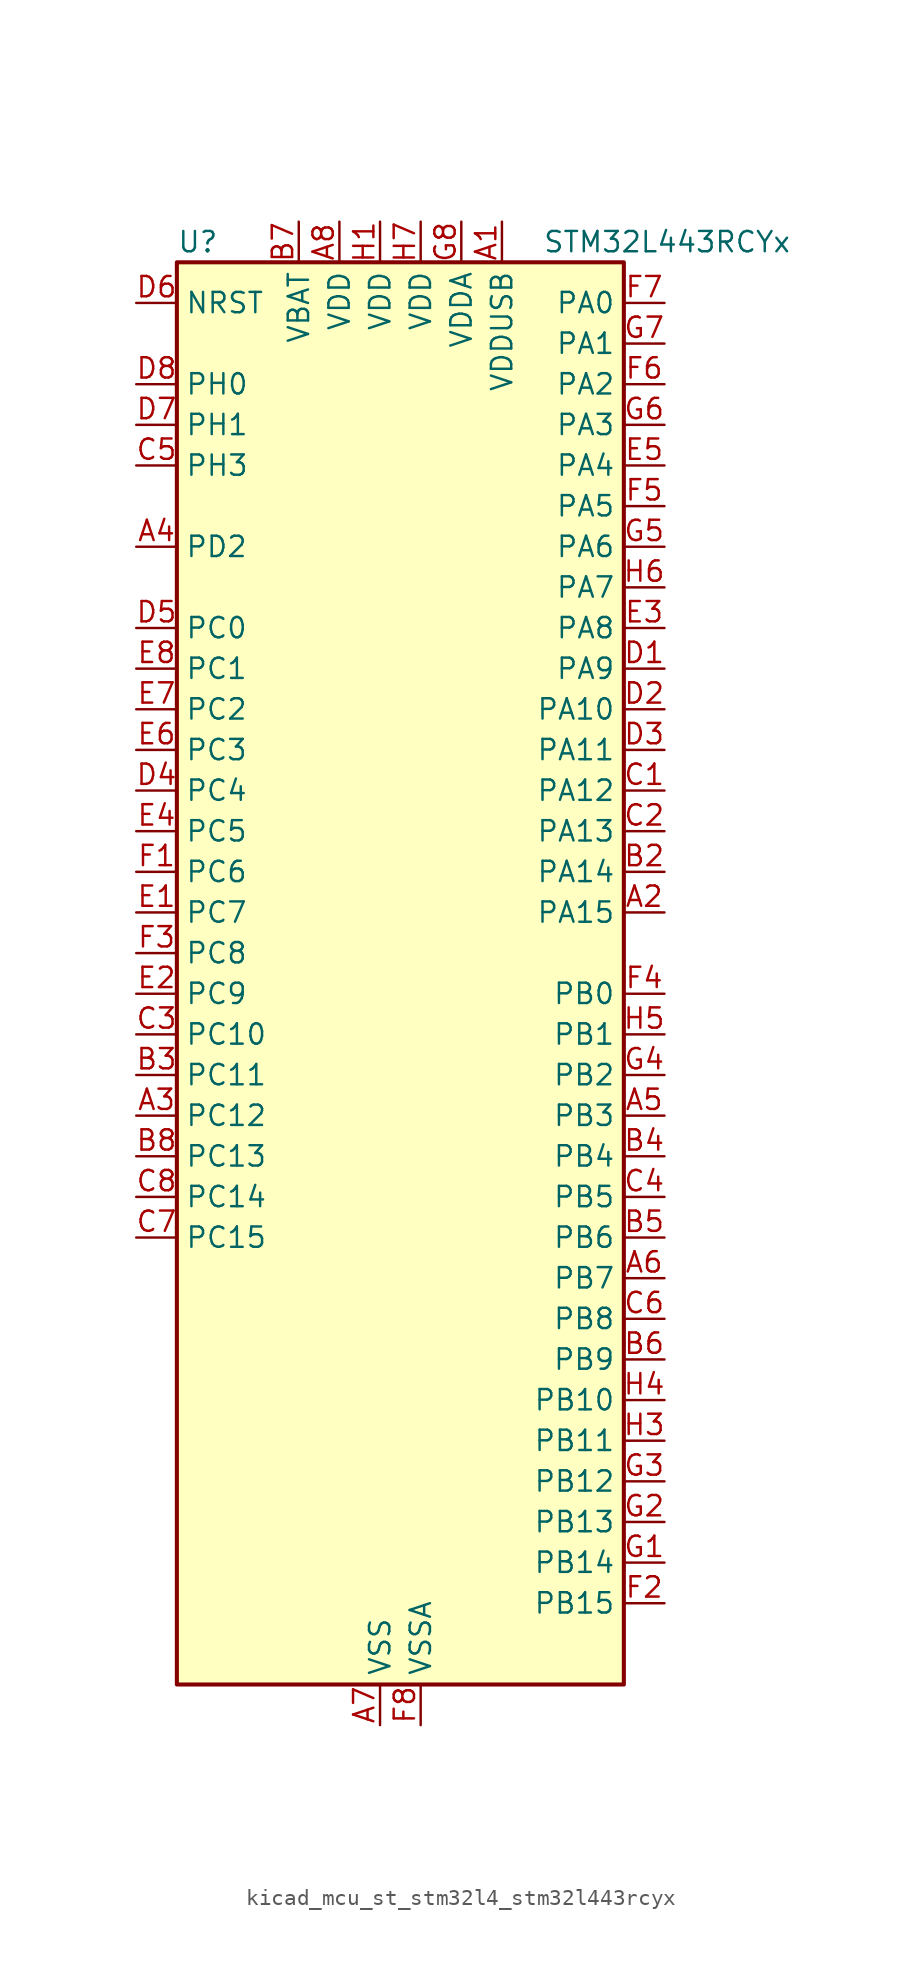
<source format=kicad_sym>
(kicad_symbol_lib
  (version 20220914)
  (generator kicad_symbol_editor)
  (symbol "kicad_mcu_st_stm32l4_stm32l443rcyx"
    (property "Reference" "U"
      (at -12.7 46.99 0)
      (effects (font (size 1.27 1.27)) (justify left)))
    (property "Value" "STM32L443RCYx"
      (at 10.16 46.99 0)
      (effects (font (size 1.27 1.27)) (justify left)))
    (property "ki_locked" ""
      (at 0 0 0)
      (effects (font (size 1.27 1.27))))
    (symbol "kicad_mcu_st_stm32l4_stm32l443rcyx_0_1"
      (rectangle (start -12.7 -43.18) (end 15.24 45.72) (stroke (width 0.254) (type default)) (fill (type background))))
    (symbol "kicad_mcu_st_stm32l4_stm32l443rcyx_1_1"
      (pin power_in line (at 7.62 48.26 270) (length 2.54) (name "VDDUSB" (effects (font (size 1.27 1.27)))) (number "A1" (effects (font (size 1.27 1.27)))))
      (pin bidirectional line (at 17.78 5.08 180) (length 2.54) (name "PA15" (effects (font (size 1.27 1.27)))) (number "A2" (effects (font (size 1.27 1.27)))) (alternate "ADC1_EXTI15" bidirectional line) (alternate "LCD_SEG17" bidirectional line) (alternate "SPI1_NSS" bidirectional line) (alternate "SPI3_NSS" bidirectional line) (alternate "SWPMI1_SUSPEND" bidirectional line) (alternate "SYS_JTDI" bidirectional line) (alternate "TIM2_CH1" bidirectional line) (alternate "TIM2_ETR" bidirectional line) (alternate "TSC_G3_IO1" bidirectional line) (alternate "USART2_RX" bidirectional line) (alternate "USART3_DE" bidirectional line) (alternate "USART3_RTS" bidirectional line))
      (pin bidirectional line (at -15.24 -7.62 0) (length 2.54) (name "PC12" (effects (font (size 1.27 1.27)))) (number "A3" (effects (font (size 1.27 1.27)))) (alternate "LCD_COM6" bidirectional line) (alternate "LCD_SEG30" bidirectional line) (alternate "LCD_SEG42" bidirectional line) (alternate "SDMMC1_CK" bidirectional line) (alternate "SPI3_MOSI" bidirectional line) (alternate "TSC_G3_IO4" bidirectional line) (alternate "USART3_CK" bidirectional line))
      (pin bidirectional line (at -15.24 27.94 0) (length 2.54) (name "PD2" (effects (font (size 1.27 1.27)))) (number "A4" (effects (font (size 1.27 1.27)))) (alternate "LCD_COM7" bidirectional line) (alternate "LCD_SEG31" bidirectional line) (alternate "LCD_SEG43" bidirectional line) (alternate "SDMMC1_CMD" bidirectional line) (alternate "TSC_SYNC" bidirectional line) (alternate "USART3_DE" bidirectional line) (alternate "USART3_RTS" bidirectional line))
      (pin bidirectional line (at 17.78 -7.62 180) (length 2.54) (name "PB3" (effects (font (size 1.27 1.27)))) (number "A5" (effects (font (size 1.27 1.27)))) (alternate "COMP2_INM" bidirectional line) (alternate "LCD_SEG7" bidirectional line) (alternate "SAI1_SCK_B" bidirectional line) (alternate "SPI1_SCK" bidirectional line) (alternate "SPI3_SCK" bidirectional line) (alternate "SYS_JTDO-SWO" bidirectional line) (alternate "TIM2_CH2" bidirectional line) (alternate "USART1_DE" bidirectional line) (alternate "USART1_RTS" bidirectional line))
      (pin bidirectional line (at 17.78 -17.78 180) (length 2.54) (name "PB7" (effects (font (size 1.27 1.27)))) (number "A6" (effects (font (size 1.27 1.27)))) (alternate "COMP2_INM" bidirectional line) (alternate "I2C1_SDA" bidirectional line) (alternate "LCD_SEG21" bidirectional line) (alternate "LPTIM1_IN2" bidirectional line) (alternate "SYS_PVD_IN" bidirectional line) (alternate "TSC_G2_IO4" bidirectional line) (alternate "USART1_RX" bidirectional line))
      (pin power_in line (at 0 -45.72 90) (length 2.54) (name "VSS" (effects (font (size 1.27 1.27)))) (number "A7" (effects (font (size 1.27 1.27)))))
      (pin power_in line (at -2.54 48.26 270) (length 2.54) (name "VDD" (effects (font (size 1.27 1.27)))) (number "A8" (effects (font (size 1.27 1.27)))))
      (pin passive line (at 0 -45.72 90) (length 2.54) hide (name "VSS" (effects (font (size 1.27 1.27)))) (number "B1" (effects (font (size 1.27 1.27)))))
      (pin bidirectional line (at 17.78 7.62 180) (length 2.54) (name "PA14" (effects (font (size 1.27 1.27)))) (number "B2" (effects (font (size 1.27 1.27)))) (alternate "I2C1_SMBA" bidirectional line) (alternate "LPTIM1_OUT" bidirectional line) (alternate "SAI1_FS_B" bidirectional line) (alternate "SWPMI1_RX" bidirectional line) (alternate "SYS_JTCK-SWCLK" bidirectional line))
      (pin bidirectional line (at -15.24 -5.08 0) (length 2.54) (name "PC11" (effects (font (size 1.27 1.27)))) (number "B3" (effects (font (size 1.27 1.27)))) (alternate "ADC1_EXTI11" bidirectional line) (alternate "LCD_COM5" bidirectional line) (alternate "LCD_SEG29" bidirectional line) (alternate "LCD_SEG41" bidirectional line) (alternate "SDMMC1_D3" bidirectional line) (alternate "SPI3_MISO" bidirectional line) (alternate "TSC_G3_IO3" bidirectional line) (alternate "USART3_RX" bidirectional line))
      (pin bidirectional line (at 17.78 -10.16 180) (length 2.54) (name "PB4" (effects (font (size 1.27 1.27)))) (number "B4" (effects (font (size 1.27 1.27)))) (alternate "COMP2_INP" bidirectional line) (alternate "I2C3_SDA" bidirectional line) (alternate "LCD_SEG8" bidirectional line) (alternate "SAI1_MCLK_B" bidirectional line) (alternate "SPI1_MISO" bidirectional line) (alternate "SPI3_MISO" bidirectional line) (alternate "SYS_JTRST" bidirectional line) (alternate "TSC_G2_IO1" bidirectional line) (alternate "USART1_CTS" bidirectional line))
      (pin bidirectional line (at 17.78 -15.24 180) (length 2.54) (name "PB6" (effects (font (size 1.27 1.27)))) (number "B5" (effects (font (size 1.27 1.27)))) (alternate "COMP2_INP" bidirectional line) (alternate "I2C1_SCL" bidirectional line) (alternate "LPTIM1_ETR" bidirectional line) (alternate "SAI1_FS_B" bidirectional line) (alternate "TIM16_CH1N" bidirectional line) (alternate "TSC_G2_IO3" bidirectional line) (alternate "USART1_TX" bidirectional line))
      (pin bidirectional line (at 17.78 -22.86 180) (length 2.54) (name "PB9" (effects (font (size 1.27 1.27)))) (number "B6" (effects (font (size 1.27 1.27)))) (alternate "CAN1_TX" bidirectional line) (alternate "DAC1_EXTI9" bidirectional line) (alternate "I2C1_SDA" bidirectional line) (alternate "IR_OUT" bidirectional line) (alternate "LCD_COM3" bidirectional line) (alternate "SAI1_FS_A" bidirectional line) (alternate "SDMMC1_D5" bidirectional line) (alternate "SPI2_NSS" bidirectional line))
      (pin power_in line (at -5.08 48.26 270) (length 2.54) (name "VBAT" (effects (font (size 1.27 1.27)))) (number "B7" (effects (font (size 1.27 1.27)))))
      (pin bidirectional line (at -15.24 -10.16 0) (length 2.54) (name "PC13" (effects (font (size 1.27 1.27)))) (number "B8" (effects (font (size 1.27 1.27)))) (alternate "RTC_OUT_ALARM" bidirectional line) (alternate "RTC_OUT_CALIB" bidirectional line) (alternate "RTC_TAMP1" bidirectional line) (alternate "RTC_TS" bidirectional line) (alternate "SYS_WKUP2" bidirectional line))
      (pin bidirectional line (at 17.78 12.7 180) (length 2.54) (name "PA12" (effects (font (size 1.27 1.27)))) (number "C1" (effects (font (size 1.27 1.27)))) (alternate "CAN1_TX" bidirectional line) (alternate "SPI1_MOSI" bidirectional line) (alternate "TIM1_ETR" bidirectional line) (alternate "USART1_DE" bidirectional line) (alternate "USART1_RTS" bidirectional line) (alternate "USB_DP" bidirectional line))
      (pin bidirectional line (at 17.78 10.16 180) (length 2.54) (name "PA13" (effects (font (size 1.27 1.27)))) (number "C2" (effects (font (size 1.27 1.27)))) (alternate "IR_OUT" bidirectional line) (alternate "SAI1_SD_B" bidirectional line) (alternate "SWPMI1_TX" bidirectional line) (alternate "SYS_JTMS-SWDIO" bidirectional line) (alternate "USB_NOE" bidirectional line))
      (pin bidirectional line (at -15.24 -2.54 0) (length 2.54) (name "PC10" (effects (font (size 1.27 1.27)))) (number "C3" (effects (font (size 1.27 1.27)))) (alternate "LCD_COM4" bidirectional line) (alternate "LCD_SEG28" bidirectional line) (alternate "LCD_SEG40" bidirectional line) (alternate "SDMMC1_D2" bidirectional line) (alternate "SPI3_SCK" bidirectional line) (alternate "TSC_G3_IO2" bidirectional line) (alternate "USART3_TX" bidirectional line))
      (pin bidirectional line (at 17.78 -12.7 180) (length 2.54) (name "PB5" (effects (font (size 1.27 1.27)))) (number "C4" (effects (font (size 1.27 1.27)))) (alternate "COMP2_OUT" bidirectional line) (alternate "I2C1_SMBA" bidirectional line) (alternate "LCD_SEG9" bidirectional line) (alternate "LPTIM1_IN1" bidirectional line) (alternate "SAI1_SD_B" bidirectional line) (alternate "SPI1_MOSI" bidirectional line) (alternate "SPI3_MOSI" bidirectional line) (alternate "TIM16_BKIN" bidirectional line) (alternate "TSC_G2_IO2" bidirectional line) (alternate "USART1_CK" bidirectional line))
      (pin bidirectional line (at -15.24 33.02 0) (length 2.54) (name "PH3" (effects (font (size 1.27 1.27)))) (number "C5" (effects (font (size 1.27 1.27)))))
      (pin bidirectional line (at 17.78 -20.32 180) (length 2.54) (name "PB8" (effects (font (size 1.27 1.27)))) (number "C6" (effects (font (size 1.27 1.27)))) (alternate "CAN1_RX" bidirectional line) (alternate "I2C1_SCL" bidirectional line) (alternate "LCD_SEG16" bidirectional line) (alternate "SAI1_MCLK_A" bidirectional line) (alternate "SDMMC1_D4" bidirectional line) (alternate "TIM16_CH1" bidirectional line))
      (pin bidirectional line (at -15.24 -15.24 0) (length 2.54) (name "PC15" (effects (font (size 1.27 1.27)))) (number "C7" (effects (font (size 1.27 1.27)))) (alternate "ADC1_EXTI15" bidirectional line) (alternate "RCC_OSC32_OUT" bidirectional line))
      (pin bidirectional line (at -15.24 -12.7 0) (length 2.54) (name "PC14" (effects (font (size 1.27 1.27)))) (number "C8" (effects (font (size 1.27 1.27)))) (alternate "RCC_OSC32_IN" bidirectional line))
      (pin bidirectional line (at 17.78 20.32 180) (length 2.54) (name "PA9" (effects (font (size 1.27 1.27)))) (number "D1" (effects (font (size 1.27 1.27)))) (alternate "DAC1_EXTI9" bidirectional line) (alternate "I2C1_SCL" bidirectional line) (alternate "LCD_COM1" bidirectional line) (alternate "SAI1_FS_A" bidirectional line) (alternate "TIM15_BKIN" bidirectional line) (alternate "TIM1_CH2" bidirectional line) (alternate "USART1_TX" bidirectional line))
      (pin bidirectional line (at 17.78 17.78 180) (length 2.54) (name "PA10" (effects (font (size 1.27 1.27)))) (number "D2" (effects (font (size 1.27 1.27)))) (alternate "CRS_SYNC" bidirectional line) (alternate "I2C1_SDA" bidirectional line) (alternate "LCD_COM2" bidirectional line) (alternate "SAI1_SD_A" bidirectional line) (alternate "TIM1_CH3" bidirectional line) (alternate "USART1_RX" bidirectional line))
      (pin bidirectional line (at 17.78 15.24 180) (length 2.54) (name "PA11" (effects (font (size 1.27 1.27)))) (number "D3" (effects (font (size 1.27 1.27)))) (alternate "ADC1_EXTI11" bidirectional line) (alternate "CAN1_RX" bidirectional line) (alternate "COMP1_OUT" bidirectional line) (alternate "SPI1_MISO" bidirectional line) (alternate "TIM1_BKIN2" bidirectional line) (alternate "TIM1_BKIN2_COMP1" bidirectional line) (alternate "TIM1_CH4" bidirectional line) (alternate "USART1_CTS" bidirectional line) (alternate "USB_DM" bidirectional line))
      (pin bidirectional line (at -15.24 12.7 0) (length 2.54) (name "PC4" (effects (font (size 1.27 1.27)))) (number "D4" (effects (font (size 1.27 1.27)))) (alternate "ADC1_IN13" bidirectional line) (alternate "COMP1_INM" bidirectional line) (alternate "LCD_SEG22" bidirectional line) (alternate "USART3_TX" bidirectional line))
      (pin bidirectional line (at -15.24 22.86 0) (length 2.54) (name "PC0" (effects (font (size 1.27 1.27)))) (number "D5" (effects (font (size 1.27 1.27)))) (alternate "ADC1_IN1" bidirectional line) (alternate "I2C3_SCL" bidirectional line) (alternate "LCD_SEG18" bidirectional line) (alternate "LPTIM1_IN1" bidirectional line) (alternate "LPTIM2_IN1" bidirectional line) (alternate "LPUART1_RX" bidirectional line))
      (pin input line (at -15.24 43.18 0) (length 2.54) (name "NRST" (effects (font (size 1.27 1.27)))) (number "D6" (effects (font (size 1.27 1.27)))))
      (pin bidirectional line (at -15.24 35.56 0) (length 2.54) (name "PH1" (effects (font (size 1.27 1.27)))) (number "D7" (effects (font (size 1.27 1.27)))) (alternate "RCC_OSC_OUT" bidirectional line))
      (pin bidirectional line (at -15.24 38.1 0) (length 2.54) (name "PH0" (effects (font (size 1.27 1.27)))) (number "D8" (effects (font (size 1.27 1.27)))) (alternate "RCC_OSC_IN" bidirectional line))
      (pin bidirectional line (at -15.24 5.08 0) (length 2.54) (name "PC7" (effects (font (size 1.27 1.27)))) (number "E1" (effects (font (size 1.27 1.27)))) (alternate "LCD_SEG25" bidirectional line) (alternate "SDMMC1_D7" bidirectional line) (alternate "TSC_G4_IO2" bidirectional line))
      (pin bidirectional line (at -15.24 0 0) (length 2.54) (name "PC9" (effects (font (size 1.27 1.27)))) (number "E2" (effects (font (size 1.27 1.27)))) (alternate "DAC1_EXTI9" bidirectional line) (alternate "LCD_SEG27" bidirectional line) (alternate "SDMMC1_D1" bidirectional line) (alternate "TSC_G4_IO4" bidirectional line) (alternate "USB_NOE" bidirectional line))
      (pin bidirectional line (at 17.78 22.86 180) (length 2.54) (name "PA8" (effects (font (size 1.27 1.27)))) (number "E3" (effects (font (size 1.27 1.27)))) (alternate "LCD_COM0" bidirectional line) (alternate "LPTIM2_OUT" bidirectional line) (alternate "RCC_MCO" bidirectional line) (alternate "SAI1_SCK_A" bidirectional line) (alternate "SWPMI1_IO" bidirectional line) (alternate "TIM1_CH1" bidirectional line) (alternate "USART1_CK" bidirectional line))
      (pin bidirectional line (at -15.24 10.16 0) (length 2.54) (name "PC5" (effects (font (size 1.27 1.27)))) (number "E4" (effects (font (size 1.27 1.27)))) (alternate "ADC1_IN14" bidirectional line) (alternate "COMP1_INP" bidirectional line) (alternate "LCD_SEG23" bidirectional line) (alternate "SYS_WKUP5" bidirectional line) (alternate "USART3_RX" bidirectional line))
      (pin bidirectional line (at 17.78 33.02 180) (length 2.54) (name "PA4" (effects (font (size 1.27 1.27)))) (number "E5" (effects (font (size 1.27 1.27)))) (alternate "ADC1_IN9" bidirectional line) (alternate "COMP1_INM" bidirectional line) (alternate "COMP2_INM" bidirectional line) (alternate "DAC1_OUT1" bidirectional line) (alternate "LPTIM2_OUT" bidirectional line) (alternate "SAI1_FS_B" bidirectional line) (alternate "SPI1_NSS" bidirectional line) (alternate "SPI3_NSS" bidirectional line) (alternate "USART2_CK" bidirectional line))
      (pin bidirectional line (at -15.24 15.24 0) (length 2.54) (name "PC3" (effects (font (size 1.27 1.27)))) (number "E6" (effects (font (size 1.27 1.27)))) (alternate "ADC1_IN4" bidirectional line) (alternate "LCD_VLCD" bidirectional line) (alternate "LPTIM1_ETR" bidirectional line) (alternate "LPTIM2_ETR" bidirectional line) (alternate "SAI1_SD_A" bidirectional line) (alternate "SPI2_MOSI" bidirectional line))
      (pin bidirectional line (at -15.24 17.78 0) (length 2.54) (name "PC2" (effects (font (size 1.27 1.27)))) (number "E7" (effects (font (size 1.27 1.27)))) (alternate "ADC1_IN3" bidirectional line) (alternate "LCD_SEG20" bidirectional line) (alternate "LPTIM1_IN2" bidirectional line) (alternate "SPI2_MISO" bidirectional line))
      (pin bidirectional line (at -15.24 20.32 0) (length 2.54) (name "PC1" (effects (font (size 1.27 1.27)))) (number "E8" (effects (font (size 1.27 1.27)))) (alternate "ADC1_IN2" bidirectional line) (alternate "I2C3_SDA" bidirectional line) (alternate "LCD_SEG19" bidirectional line) (alternate "LPTIM1_OUT" bidirectional line) (alternate "LPUART1_TX" bidirectional line))
      (pin bidirectional line (at -15.24 7.62 0) (length 2.54) (name "PC6" (effects (font (size 1.27 1.27)))) (number "F1" (effects (font (size 1.27 1.27)))) (alternate "LCD_SEG24" bidirectional line) (alternate "SDMMC1_D6" bidirectional line) (alternate "TSC_G4_IO1" bidirectional line))
      (pin bidirectional line (at 17.78 -38.1 180) (length 2.54) (name "PB15" (effects (font (size 1.27 1.27)))) (number "F2" (effects (font (size 1.27 1.27)))) (alternate "ADC1_EXTI15" bidirectional line) (alternate "LCD_SEG15" bidirectional line) (alternate "RTC_REFIN" bidirectional line) (alternate "SAI1_SD_A" bidirectional line) (alternate "SPI2_MOSI" bidirectional line) (alternate "SWPMI1_SUSPEND" bidirectional line) (alternate "TIM15_CH2" bidirectional line) (alternate "TIM1_CH3N" bidirectional line) (alternate "TSC_G1_IO4" bidirectional line))
      (pin bidirectional line (at -15.24 2.54 0) (length 2.54) (name "PC8" (effects (font (size 1.27 1.27)))) (number "F3" (effects (font (size 1.27 1.27)))) (alternate "LCD_SEG26" bidirectional line) (alternate "SDMMC1_D0" bidirectional line) (alternate "TSC_G4_IO3" bidirectional line))
      (pin bidirectional line (at 17.78 0 180) (length 2.54) (name "PB0" (effects (font (size 1.27 1.27)))) (number "F4" (effects (font (size 1.27 1.27)))) (alternate "ADC1_IN15" bidirectional line) (alternate "COMP1_OUT" bidirectional line) (alternate "LCD_SEG5" bidirectional line) (alternate "QUADSPI_BK1_IO1" bidirectional line) (alternate "SAI1_EXTCLK" bidirectional line) (alternate "SPI1_NSS" bidirectional line) (alternate "TIM1_CH2N" bidirectional line) (alternate "USART3_CK" bidirectional line))
      (pin bidirectional line (at 17.78 30.48 180) (length 2.54) (name "PA5" (effects (font (size 1.27 1.27)))) (number "F5" (effects (font (size 1.27 1.27)))) (alternate "ADC1_IN10" bidirectional line) (alternate "COMP1_INM" bidirectional line) (alternate "COMP2_INM" bidirectional line) (alternate "DAC1_OUT2" bidirectional line) (alternate "LPTIM2_ETR" bidirectional line) (alternate "SPI1_SCK" bidirectional line) (alternate "TIM2_CH1" bidirectional line) (alternate "TIM2_ETR" bidirectional line))
      (pin bidirectional line (at 17.78 38.1 180) (length 2.54) (name "PA2" (effects (font (size 1.27 1.27)))) (number "F6" (effects (font (size 1.27 1.27)))) (alternate "ADC1_IN7" bidirectional line) (alternate "COMP2_INM" bidirectional line) (alternate "COMP2_OUT" bidirectional line) (alternate "LCD_SEG1" bidirectional line) (alternate "LPUART1_TX" bidirectional line) (alternate "QUADSPI_BK1_NCS" bidirectional line) (alternate "RCC_LSCO" bidirectional line) (alternate "SYS_WKUP4" bidirectional line) (alternate "TIM15_CH1" bidirectional line) (alternate "TIM2_CH3" bidirectional line) (alternate "USART2_TX" bidirectional line))
      (pin bidirectional line (at 17.78 43.18 180) (length 2.54) (name "PA0" (effects (font (size 1.27 1.27)))) (number "F7" (effects (font (size 1.27 1.27)))) (alternate "ADC1_IN5" bidirectional line) (alternate "COMP1_INM" bidirectional line) (alternate "COMP1_OUT" bidirectional line) (alternate "OPAMP1_VINP" bidirectional line) (alternate "RTC_TAMP2" bidirectional line) (alternate "SAI1_EXTCLK" bidirectional line) (alternate "SYS_WKUP1" bidirectional line) (alternate "TIM2_CH1" bidirectional line) (alternate "TIM2_ETR" bidirectional line) (alternate "USART2_CTS" bidirectional line))
      (pin power_in line (at 2.54 -45.72 90) (length 2.54) (name "VSSA" (effects (font (size 1.27 1.27)))) (number "F8" (effects (font (size 1.27 1.27)))))
      (pin bidirectional line (at 17.78 -35.56 180) (length 2.54) (name "PB14" (effects (font (size 1.27 1.27)))) (number "G1" (effects (font (size 1.27 1.27)))) (alternate "I2C2_SDA" bidirectional line) (alternate "LCD_SEG14" bidirectional line) (alternate "SAI1_MCLK_A" bidirectional line) (alternate "SPI2_MISO" bidirectional line) (alternate "SWPMI1_RX" bidirectional line) (alternate "TIM15_CH1" bidirectional line) (alternate "TIM1_CH2N" bidirectional line) (alternate "TSC_G1_IO3" bidirectional line) (alternate "USART3_DE" bidirectional line) (alternate "USART3_RTS" bidirectional line))
      (pin bidirectional line (at 17.78 -33.02 180) (length 2.54) (name "PB13" (effects (font (size 1.27 1.27)))) (number "G2" (effects (font (size 1.27 1.27)))) (alternate "I2C2_SCL" bidirectional line) (alternate "LCD_SEG13" bidirectional line) (alternate "LPUART1_CTS" bidirectional line) (alternate "SAI1_SCK_A" bidirectional line) (alternate "SPI2_SCK" bidirectional line) (alternate "SWPMI1_TX" bidirectional line) (alternate "TIM15_CH1N" bidirectional line) (alternate "TIM1_CH1N" bidirectional line) (alternate "TSC_G1_IO2" bidirectional line) (alternate "USART3_CTS" bidirectional line))
      (pin bidirectional line (at 17.78 -30.48 180) (length 2.54) (name "PB12" (effects (font (size 1.27 1.27)))) (number "G3" (effects (font (size 1.27 1.27)))) (alternate "I2C2_SMBA" bidirectional line) (alternate "LCD_SEG12" bidirectional line) (alternate "LPUART1_DE" bidirectional line) (alternate "LPUART1_RTS" bidirectional line) (alternate "SAI1_FS_A" bidirectional line) (alternate "SPI2_NSS" bidirectional line) (alternate "SWPMI1_IO" bidirectional line) (alternate "TIM15_BKIN" bidirectional line) (alternate "TIM1_BKIN" bidirectional line) (alternate "TIM1_BKIN_COMP2" bidirectional line) (alternate "TSC_G1_IO1" bidirectional line) (alternate "USART3_CK" bidirectional line))
      (pin bidirectional line (at 17.78 -5.08 180) (length 2.54) (name "PB2" (effects (font (size 1.27 1.27)))) (number "G4" (effects (font (size 1.27 1.27)))) (alternate "COMP1_INP" bidirectional line) (alternate "I2C3_SMBA" bidirectional line) (alternate "LCD_VLCD" bidirectional line) (alternate "LPTIM1_OUT" bidirectional line) (alternate "RTC_OUT_ALARM" bidirectional line) (alternate "RTC_OUT_CALIB" bidirectional line))
      (pin bidirectional line (at 17.78 27.94 180) (length 2.54) (name "PA6" (effects (font (size 1.27 1.27)))) (number "G5" (effects (font (size 1.27 1.27)))) (alternate "ADC1_IN11" bidirectional line) (alternate "COMP1_OUT" bidirectional line) (alternate "LCD_SEG3" bidirectional line) (alternate "LPUART1_CTS" bidirectional line) (alternate "QUADSPI_BK1_IO3" bidirectional line) (alternate "SPI1_MISO" bidirectional line) (alternate "TIM16_CH1" bidirectional line) (alternate "TIM1_BKIN" bidirectional line) (alternate "TIM1_BKIN_COMP2" bidirectional line) (alternate "USART3_CTS" bidirectional line))
      (pin bidirectional line (at 17.78 35.56 180) (length 2.54) (name "PA3" (effects (font (size 1.27 1.27)))) (number "G6" (effects (font (size 1.27 1.27)))) (alternate "ADC1_IN8" bidirectional line) (alternate "COMP2_INP" bidirectional line) (alternate "LCD_SEG2" bidirectional line) (alternate "LPUART1_RX" bidirectional line) (alternate "OPAMP1_VOUT" bidirectional line) (alternate "QUADSPI_CLK" bidirectional line) (alternate "SAI1_MCLK_A" bidirectional line) (alternate "TIM15_CH2" bidirectional line) (alternate "TIM2_CH4" bidirectional line) (alternate "USART2_RX" bidirectional line))
      (pin bidirectional line (at 17.78 40.64 180) (length 2.54) (name "PA1" (effects (font (size 1.27 1.27)))) (number "G7" (effects (font (size 1.27 1.27)))) (alternate "ADC1_IN6" bidirectional line) (alternate "COMP1_INP" bidirectional line) (alternate "I2C1_SMBA" bidirectional line) (alternate "LCD_SEG0" bidirectional line) (alternate "OPAMP1_VINM" bidirectional line) (alternate "SPI1_SCK" bidirectional line) (alternate "TIM15_CH1N" bidirectional line) (alternate "TIM2_CH2" bidirectional line) (alternate "USART2_DE" bidirectional line) (alternate "USART2_RTS" bidirectional line))
      (pin power_in line (at 5.08 48.26 270) (length 2.54) (name "VDDA" (effects (font (size 1.27 1.27)))) (number "G8" (effects (font (size 1.27 1.27)))))
      (pin power_in line (at 0 48.26 270) (length 2.54) (name "VDD" (effects (font (size 1.27 1.27)))) (number "H1" (effects (font (size 1.27 1.27)))))
      (pin passive line (at 0 -45.72 90) (length 2.54) hide (name "VSS" (effects (font (size 1.27 1.27)))) (number "H2" (effects (font (size 1.27 1.27)))))
      (pin bidirectional line (at 17.78 -27.94 180) (length 2.54) (name "PB11" (effects (font (size 1.27 1.27)))) (number "H3" (effects (font (size 1.27 1.27)))) (alternate "ADC1_EXTI11" bidirectional line) (alternate "COMP2_OUT" bidirectional line) (alternate "I2C2_SDA" bidirectional line) (alternate "LCD_SEG11" bidirectional line) (alternate "LPUART1_TX" bidirectional line) (alternate "QUADSPI_BK1_NCS" bidirectional line) (alternate "TIM2_CH4" bidirectional line) (alternate "USART3_RX" bidirectional line))
      (pin bidirectional line (at 17.78 -25.4 180) (length 2.54) (name "PB10" (effects (font (size 1.27 1.27)))) (number "H4" (effects (font (size 1.27 1.27)))) (alternate "COMP1_OUT" bidirectional line) (alternate "I2C2_SCL" bidirectional line) (alternate "LCD_SEG10" bidirectional line) (alternate "LPUART1_RX" bidirectional line) (alternate "QUADSPI_CLK" bidirectional line) (alternate "SAI1_SCK_A" bidirectional line) (alternate "SPI2_SCK" bidirectional line) (alternate "TIM2_CH3" bidirectional line) (alternate "TSC_SYNC" bidirectional line) (alternate "USART3_TX" bidirectional line))
      (pin bidirectional line (at 17.78 -2.54 180) (length 2.54) (name "PB1" (effects (font (size 1.27 1.27)))) (number "H5" (effects (font (size 1.27 1.27)))) (alternate "ADC1_IN16" bidirectional line) (alternate "COMP1_INM" bidirectional line) (alternate "LCD_SEG6" bidirectional line) (alternate "LPTIM2_IN1" bidirectional line) (alternate "LPUART1_DE" bidirectional line) (alternate "LPUART1_RTS" bidirectional line) (alternate "QUADSPI_BK1_IO0" bidirectional line) (alternate "TIM1_CH3N" bidirectional line) (alternate "USART3_DE" bidirectional line) (alternate "USART3_RTS" bidirectional line))
      (pin bidirectional line (at 17.78 25.4 180) (length 2.54) (name "PA7" (effects (font (size 1.27 1.27)))) (number "H6" (effects (font (size 1.27 1.27)))) (alternate "ADC1_IN12" bidirectional line) (alternate "COMP2_OUT" bidirectional line) (alternate "I2C3_SCL" bidirectional line) (alternate "LCD_SEG4" bidirectional line) (alternate "QUADSPI_BK1_IO2" bidirectional line) (alternate "SPI1_MOSI" bidirectional line) (alternate "TIM1_CH1N" bidirectional line))
      (pin power_in line (at 2.54 48.26 270) (length 2.54) (name "VDD" (effects (font (size 1.27 1.27)))) (number "H7" (effects (font (size 1.27 1.27)))))
      (pin passive line (at 0 -45.72 90) (length 2.54) hide (name "VSS" (effects (font (size 1.27 1.27)))) (number "H8" (effects (font (size 1.27 1.27))))))))
</source>
